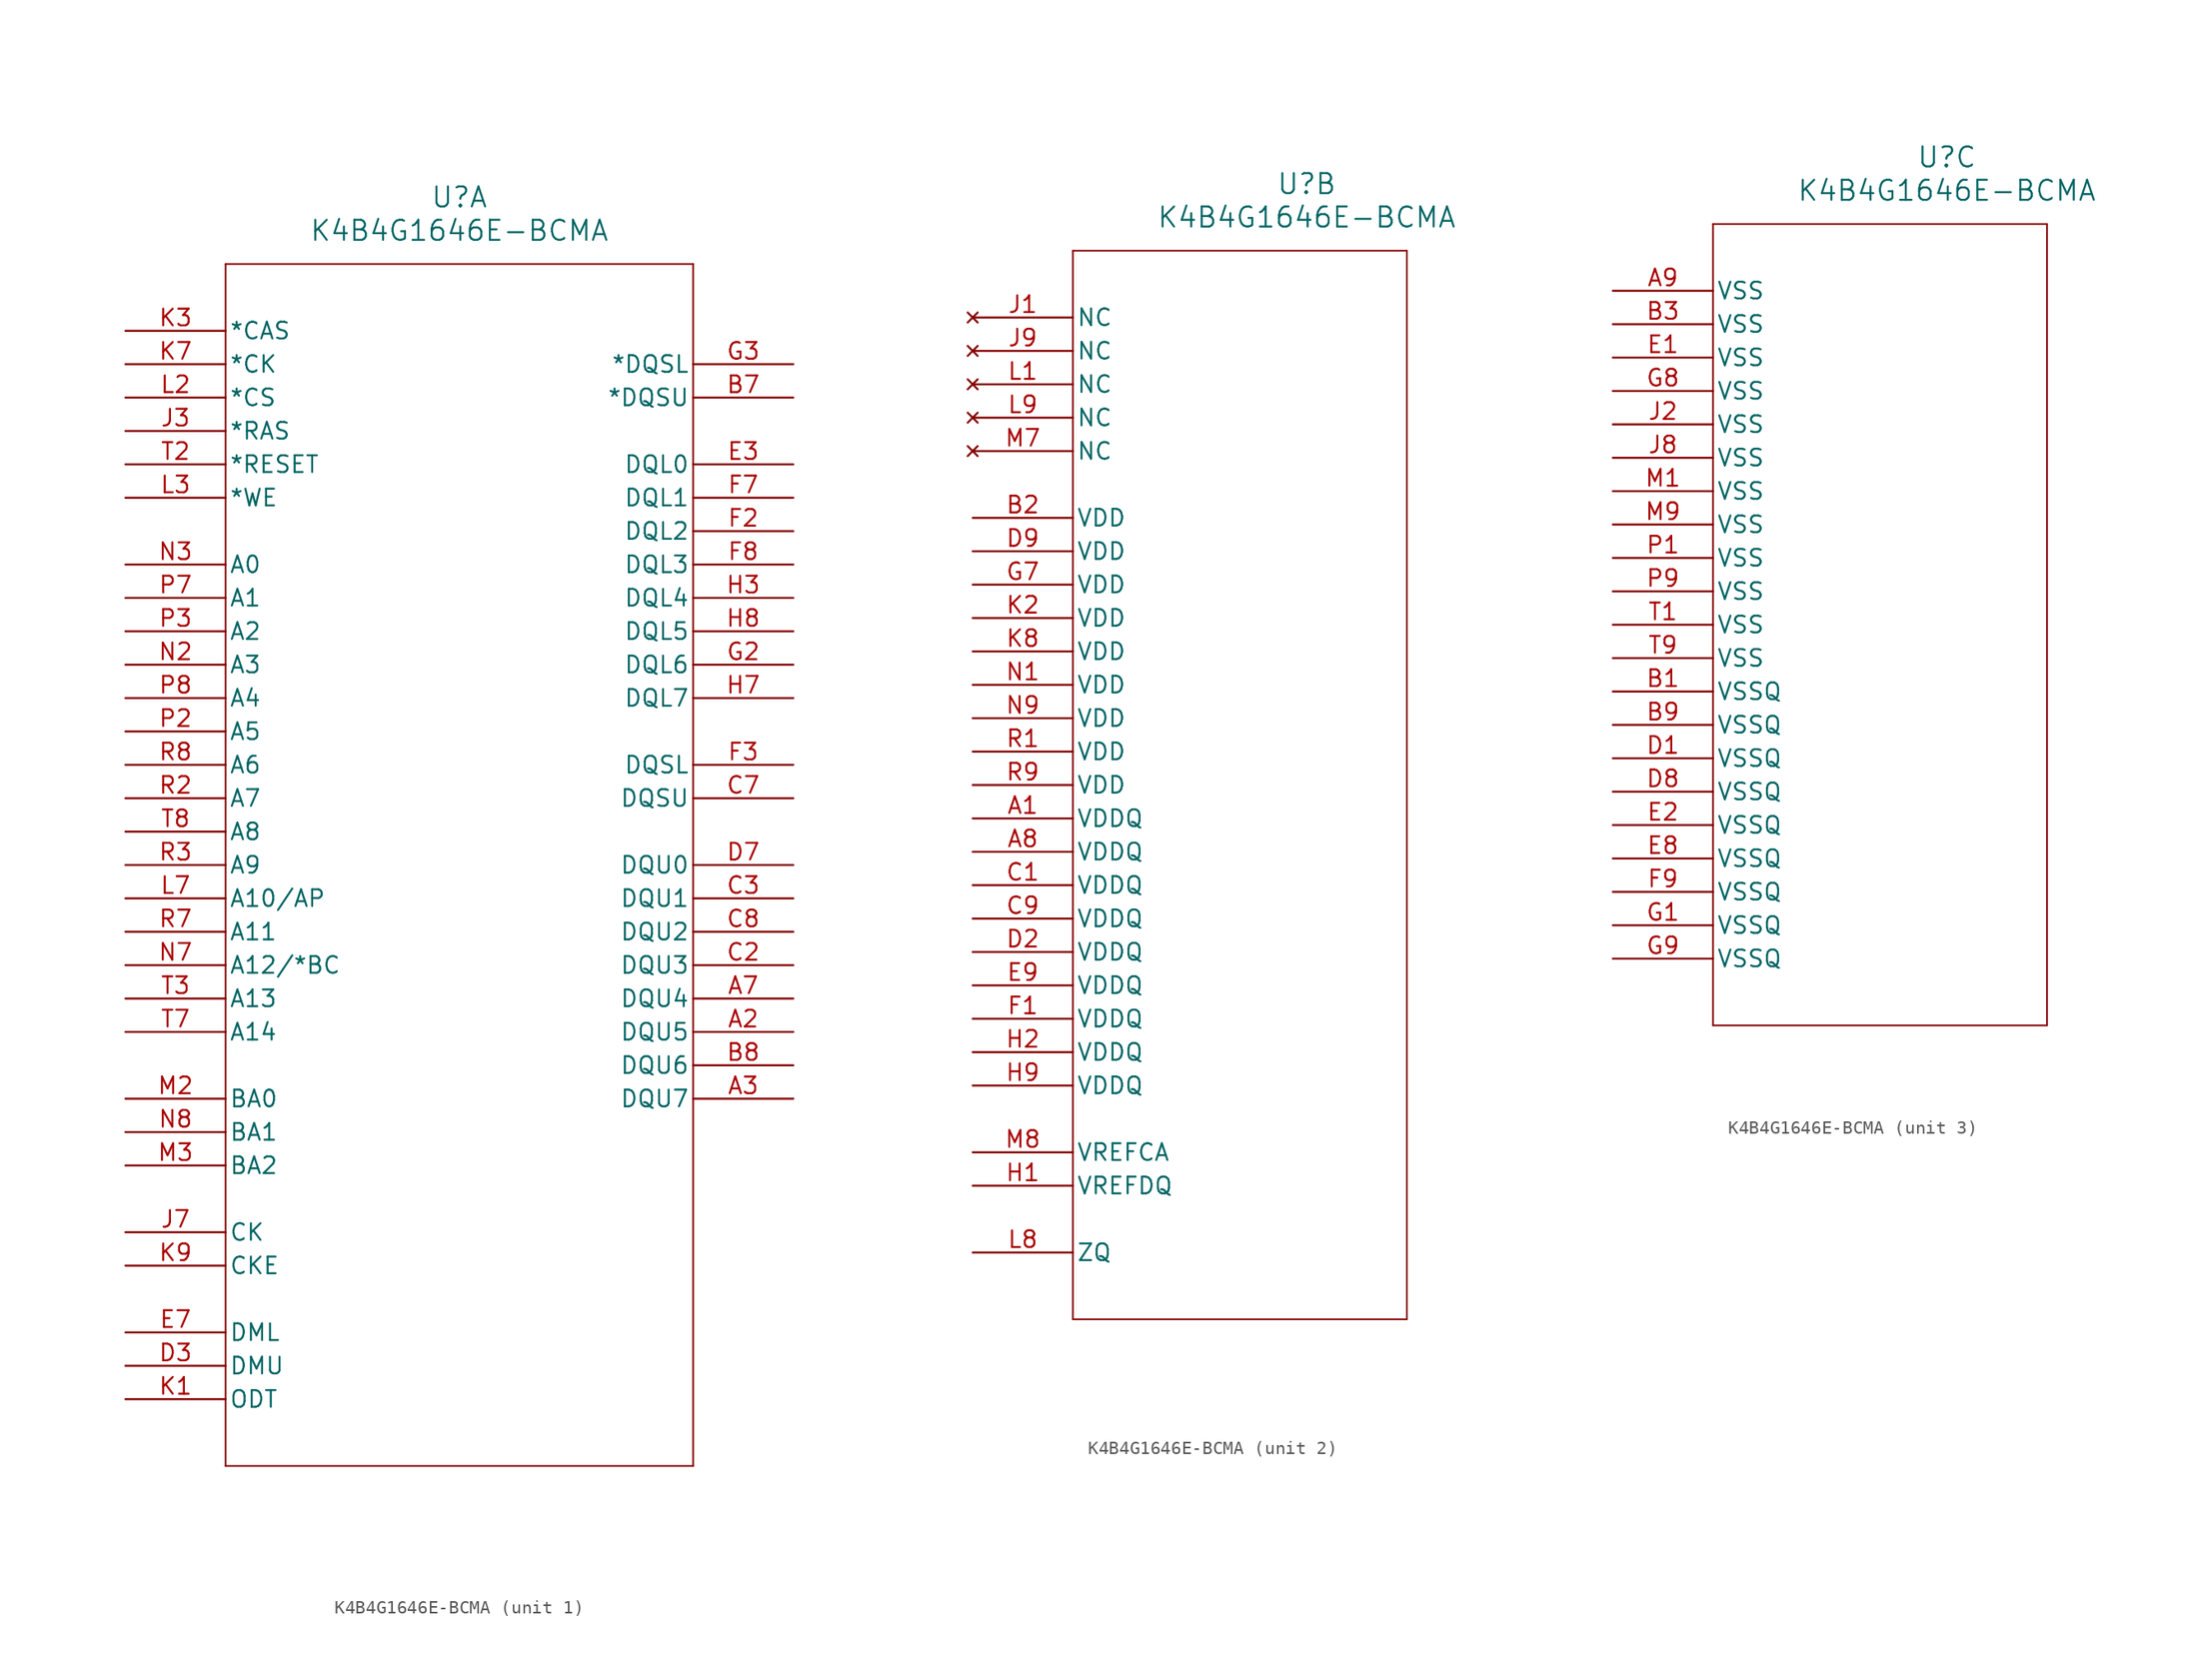
<source format=kicad_sym>
(kicad_symbol_lib
  (version 20211014)
  (generator kicad_symbol_editor)
  (symbol "K4B4G1646E-BCMA"
    (pin_names
      (offset 0.254))
    (property "Reference" "U"
      (at 25.4 10.16 0)
      (effects (font (size 1.524 1.524))))
    (property "Value" "K4B4G1646E-BCMA"
      (at 25.4 7.62 0)
      (effects (font (size 1.524 1.524))))
    (symbol "K4B4G1646E-BCMA_1_1"
      (polyline (pts (xy 7.62 5.08) (xy 7.62 -86.36)) (stroke (width 0.127) (type default) (color 0 0 0 0)) (fill (type none)))
      (polyline (pts (xy 7.62 -86.36) (xy 43.18 -86.36)) (stroke (width 0.127) (type default) (color 0 0 0 0)) (fill (type none)))
      (polyline (pts (xy 43.18 -86.36) (xy 43.18 5.08)) (stroke (width 0.127) (type default) (color 0 0 0 0)) (fill (type none)))
      (polyline (pts (xy 43.18 5.08) (xy 7.62 5.08)) (stroke (width 0.127) (type default) (color 0 0 0 0)) (fill (type none)))
      (pin bidirectional line (at 50.8 -53.34 180) (length 7.62) (name "DQU5" (effects (font (size 1.27 1.27)))) (number "A2" (effects (font (size 1.27 1.27)))))
      (pin bidirectional line (at 50.8 -58.42 180) (length 7.62) (name "DQU7" (effects (font (size 1.27 1.27)))) (number "A3" (effects (font (size 1.27 1.27)))))
      (pin bidirectional line (at 50.8 -50.8 180) (length 7.62) (name "DQU4" (effects (font (size 1.27 1.27)))) (number "A7" (effects (font (size 1.27 1.27)))))
      (pin bidirectional line (at 50.8 -5.08 180) (length 7.62) (name "*DQSU" (effects (font (size 1.27 1.27)))) (number "B7" (effects (font (size 1.27 1.27)))))
      (pin bidirectional line (at 50.8 -55.88 180) (length 7.62) (name "DQU6" (effects (font (size 1.27 1.27)))) (number "B8" (effects (font (size 1.27 1.27)))))
      (pin bidirectional line (at 50.8 -48.26 180) (length 7.62) (name "DQU3" (effects (font (size 1.27 1.27)))) (number "C2" (effects (font (size 1.27 1.27)))))
      (pin bidirectional line (at 50.8 -43.18 180) (length 7.62) (name "DQU1" (effects (font (size 1.27 1.27)))) (number "C3" (effects (font (size 1.27 1.27)))))
      (pin bidirectional line (at 50.8 -35.56 180) (length 7.62) (name "DQSU" (effects (font (size 1.27 1.27)))) (number "C7" (effects (font (size 1.27 1.27)))))
      (pin bidirectional line (at 50.8 -45.72 180) (length 7.62) (name "DQU2" (effects (font (size 1.27 1.27)))) (number "C8" (effects (font (size 1.27 1.27)))))
      (pin input line (at 0 -78.74 0) (length 7.62) (name "DMU" (effects (font (size 1.27 1.27)))) (number "D3" (effects (font (size 1.27 1.27)))))
      (pin bidirectional line (at 50.8 -40.64 180) (length 7.62) (name "DQU0" (effects (font (size 1.27 1.27)))) (number "D7" (effects (font (size 1.27 1.27)))))
      (pin bidirectional line (at 50.8 -10.16 180) (length 7.62) (name "DQL0" (effects (font (size 1.27 1.27)))) (number "E3" (effects (font (size 1.27 1.27)))))
      (pin input line (at 0 -76.2 0) (length 7.62) (name "DML" (effects (font (size 1.27 1.27)))) (number "E7" (effects (font (size 1.27 1.27)))))
      (pin bidirectional line (at 50.8 -15.24 180) (length 7.62) (name "DQL2" (effects (font (size 1.27 1.27)))) (number "F2" (effects (font (size 1.27 1.27)))))
      (pin bidirectional line (at 50.8 -33.02 180) (length 7.62) (name "DQSL" (effects (font (size 1.27 1.27)))) (number "F3" (effects (font (size 1.27 1.27)))))
      (pin bidirectional line (at 50.8 -12.7 180) (length 7.62) (name "DQL1" (effects (font (size 1.27 1.27)))) (number "F7" (effects (font (size 1.27 1.27)))))
      (pin bidirectional line (at 50.8 -17.78 180) (length 7.62) (name "DQL3" (effects (font (size 1.27 1.27)))) (number "F8" (effects (font (size 1.27 1.27)))))
      (pin bidirectional line (at 50.8 -25.4 180) (length 7.62) (name "DQL6" (effects (font (size 1.27 1.27)))) (number "G2" (effects (font (size 1.27 1.27)))))
      (pin bidirectional line (at 50.8 -2.54 180) (length 7.62) (name "*DQSL" (effects (font (size 1.27 1.27)))) (number "G3" (effects (font (size 1.27 1.27)))))
      (pin bidirectional line (at 50.8 -20.32 180) (length 7.62) (name "DQL4" (effects (font (size 1.27 1.27)))) (number "H3" (effects (font (size 1.27 1.27)))))
      (pin bidirectional line (at 50.8 -27.94 180) (length 7.62) (name "DQL7" (effects (font (size 1.27 1.27)))) (number "H7" (effects (font (size 1.27 1.27)))))
      (pin bidirectional line (at 50.8 -22.86 180) (length 7.62) (name "DQL5" (effects (font (size 1.27 1.27)))) (number "H8" (effects (font (size 1.27 1.27)))))
      (pin input line (at 0 -7.62 0) (length 7.62) (name "*RAS" (effects (font (size 1.27 1.27)))) (number "J3" (effects (font (size 1.27 1.27)))))
      (pin input line (at 0 -68.58 0) (length 7.62) (name "CK" (effects (font (size 1.27 1.27)))) (number "J7" (effects (font (size 1.27 1.27)))))
      (pin input line (at 0 -81.28 0) (length 7.62) (name "ODT" (effects (font (size 1.27 1.27)))) (number "K1" (effects (font (size 1.27 1.27)))))
      (pin input line (at 0 0 0) (length 7.62) (name "*CAS" (effects (font (size 1.27 1.27)))) (number "K3" (effects (font (size 1.27 1.27)))))
      (pin input line (at 0 -2.54 0) (length 7.62) (name "*CK" (effects (font (size 1.27 1.27)))) (number "K7" (effects (font (size 1.27 1.27)))))
      (pin input line (at 0 -71.12 0) (length 7.62) (name "CKE" (effects (font (size 1.27 1.27)))) (number "K9" (effects (font (size 1.27 1.27)))))
      (pin input line (at 0 -5.08 0) (length 7.62) (name "*CS" (effects (font (size 1.27 1.27)))) (number "L2" (effects (font (size 1.27 1.27)))))
      (pin input line (at 0 -12.7 0) (length 7.62) (name "*WE" (effects (font (size 1.27 1.27)))) (number "L3" (effects (font (size 1.27 1.27)))))
      (pin input line (at 0 -43.18 0) (length 7.62) (name "A10/AP" (effects (font (size 1.27 1.27)))) (number "L7" (effects (font (size 1.27 1.27)))))
      (pin input line (at 0 -58.42 0) (length 7.62) (name "BA0" (effects (font (size 1.27 1.27)))) (number "M2" (effects (font (size 1.27 1.27)))))
      (pin input line (at 0 -63.5 0) (length 7.62) (name "BA2" (effects (font (size 1.27 1.27)))) (number "M3" (effects (font (size 1.27 1.27)))))
      (pin input line (at 0 -25.4 0) (length 7.62) (name "A3" (effects (font (size 1.27 1.27)))) (number "N2" (effects (font (size 1.27 1.27)))))
      (pin input line (at 0 -17.78 0) (length 7.62) (name "A0" (effects (font (size 1.27 1.27)))) (number "N3" (effects (font (size 1.27 1.27)))))
      (pin input line (at 0 -48.26 0) (length 7.62) (name "A12/*BC" (effects (font (size 1.27 1.27)))) (number "N7" (effects (font (size 1.27 1.27)))))
      (pin input line (at 0 -60.96 0) (length 7.62) (name "BA1" (effects (font (size 1.27 1.27)))) (number "N8" (effects (font (size 1.27 1.27)))))
      (pin input line (at 0 -30.48 0) (length 7.62) (name "A5" (effects (font (size 1.27 1.27)))) (number "P2" (effects (font (size 1.27 1.27)))))
      (pin input line (at 0 -22.86 0) (length 7.62) (name "A2" (effects (font (size 1.27 1.27)))) (number "P3" (effects (font (size 1.27 1.27)))))
      (pin input line (at 0 -20.32 0) (length 7.62) (name "A1" (effects (font (size 1.27 1.27)))) (number "P7" (effects (font (size 1.27 1.27)))))
      (pin input line (at 0 -27.94 0) (length 7.62) (name "A4" (effects (font (size 1.27 1.27)))) (number "P8" (effects (font (size 1.27 1.27)))))
      (pin input line (at 0 -35.56 0) (length 7.62) (name "A7" (effects (font (size 1.27 1.27)))) (number "R2" (effects (font (size 1.27 1.27)))))
      (pin input line (at 0 -40.64 0) (length 7.62) (name "A9" (effects (font (size 1.27 1.27)))) (number "R3" (effects (font (size 1.27 1.27)))))
      (pin input line (at 0 -45.72 0) (length 7.62) (name "A11" (effects (font (size 1.27 1.27)))) (number "R7" (effects (font (size 1.27 1.27)))))
      (pin input line (at 0 -33.02 0) (length 7.62) (name "A6" (effects (font (size 1.27 1.27)))) (number "R8" (effects (font (size 1.27 1.27)))))
      (pin input line (at 0 -10.16 0) (length 7.62) (name "*RESET" (effects (font (size 1.27 1.27)))) (number "T2" (effects (font (size 1.27 1.27)))))
      (pin input line (at 0 -50.8 0) (length 7.62) (name "A13" (effects (font (size 1.27 1.27)))) (number "T3" (effects (font (size 1.27 1.27)))))
      (pin input line (at 0 -53.34 0) (length 7.62) (name "A14" (effects (font (size 1.27 1.27)))) (number "T7" (effects (font (size 1.27 1.27)))))
      (pin input line (at 0 -38.1 0) (length 7.62) (name "A8" (effects (font (size 1.27 1.27)))) (number "T8" (effects (font (size 1.27 1.27))))))
    (symbol "K4B4G1646E-BCMA_2_1"
      (polyline (pts (xy 7.62 5.08) (xy 7.62 -76.2)) (stroke (width 0.127) (type default) (color 0 0 0 0)) (fill (type none)))
      (polyline (pts (xy 7.62 -76.2) (xy 33.02 -76.2)) (stroke (width 0.127) (type default) (color 0 0 0 0)) (fill (type none)))
      (polyline (pts (xy 33.02 -76.2) (xy 33.02 5.08)) (stroke (width 0.127) (type default) (color 0 0 0 0)) (fill (type none)))
      (polyline (pts (xy 33.02 5.08) (xy 7.62 5.08)) (stroke (width 0.127) (type default) (color 0 0 0 0)) (fill (type none)))
      (pin power_in line (at 0 -38.1 0) (length 7.62) (name "VDDQ" (effects (font (size 1.27 1.27)))) (number "A1" (effects (font (size 1.27 1.27)))))
      (pin power_in line (at 0 -40.64 0) (length 7.62) (name "VDDQ" (effects (font (size 1.27 1.27)))) (number "A8" (effects (font (size 1.27 1.27)))))
      (pin power_in line (at 0 -15.24 0) (length 7.62) (name "VDD" (effects (font (size 1.27 1.27)))) (number "B2" (effects (font (size 1.27 1.27)))))
      (pin power_in line (at 0 -43.18 0) (length 7.62) (name "VDDQ" (effects (font (size 1.27 1.27)))) (number "C1" (effects (font (size 1.27 1.27)))))
      (pin power_in line (at 0 -45.72 0) (length 7.62) (name "VDDQ" (effects (font (size 1.27 1.27)))) (number "C9" (effects (font (size 1.27 1.27)))))
      (pin power_in line (at 0 -48.26 0) (length 7.62) (name "VDDQ" (effects (font (size 1.27 1.27)))) (number "D2" (effects (font (size 1.27 1.27)))))
      (pin power_in line (at 0 -17.78 0) (length 7.62) (name "VDD" (effects (font (size 1.27 1.27)))) (number "D9" (effects (font (size 1.27 1.27)))))
      (pin power_in line (at 0 -50.8 0) (length 7.62) (name "VDDQ" (effects (font (size 1.27 1.27)))) (number "E9" (effects (font (size 1.27 1.27)))))
      (pin power_in line (at 0 -53.34 0) (length 7.62) (name "VDDQ" (effects (font (size 1.27 1.27)))) (number "F1" (effects (font (size 1.27 1.27)))))
      (pin power_in line (at 0 -20.32 0) (length 7.62) (name "VDD" (effects (font (size 1.27 1.27)))) (number "G7" (effects (font (size 1.27 1.27)))))
      (pin power_in line (at 0 -66.04 0) (length 7.62) (name "VREFDQ" (effects (font (size 1.27 1.27)))) (number "H1" (effects (font (size 1.27 1.27)))))
      (pin power_in line (at 0 -55.88 0) (length 7.62) (name "VDDQ" (effects (font (size 1.27 1.27)))) (number "H2" (effects (font (size 1.27 1.27)))))
      (pin power_in line (at 0 -58.42 0) (length 7.62) (name "VDDQ" (effects (font (size 1.27 1.27)))) (number "H9" (effects (font (size 1.27 1.27)))))
      (pin no_connect line (at 0 0 0) (length 7.62) (name "NC" (effects (font (size 1.27 1.27)))) (number "J1" (effects (font (size 1.27 1.27)))))
      (pin no_connect line (at 0 -2.54 0) (length 7.62) (name "NC" (effects (font (size 1.27 1.27)))) (number "J9" (effects (font (size 1.27 1.27)))))
      (pin power_in line (at 0 -22.86 0) (length 7.62) (name "VDD" (effects (font (size 1.27 1.27)))) (number "K2" (effects (font (size 1.27 1.27)))))
      (pin power_in line (at 0 -25.4 0) (length 7.62) (name "VDD" (effects (font (size 1.27 1.27)))) (number "K8" (effects (font (size 1.27 1.27)))))
      (pin no_connect line (at 0 -5.08 0) (length 7.62) (name "NC" (effects (font (size 1.27 1.27)))) (number "L1" (effects (font (size 1.27 1.27)))))
      (pin power_in line (at 0 -71.12 0) (length 7.62) (name "ZQ" (effects (font (size 1.27 1.27)))) (number "L8" (effects (font (size 1.27 1.27)))))
      (pin no_connect line (at 0 -7.62 0) (length 7.62) (name "NC" (effects (font (size 1.27 1.27)))) (number "L9" (effects (font (size 1.27 1.27)))))
      (pin no_connect line (at 0 -10.16 0) (length 7.62) (name "NC" (effects (font (size 1.27 1.27)))) (number "M7" (effects (font (size 1.27 1.27)))))
      (pin power_in line (at 0 -63.5 0) (length 7.62) (name "VREFCA" (effects (font (size 1.27 1.27)))) (number "M8" (effects (font (size 1.27 1.27)))))
      (pin power_in line (at 0 -27.94 0) (length 7.62) (name "VDD" (effects (font (size 1.27 1.27)))) (number "N1" (effects (font (size 1.27 1.27)))))
      (pin power_in line (at 0 -30.48 0) (length 7.62) (name "VDD" (effects (font (size 1.27 1.27)))) (number "N9" (effects (font (size 1.27 1.27)))))
      (pin power_in line (at 0 -33.02 0) (length 7.62) (name "VDD" (effects (font (size 1.27 1.27)))) (number "R1" (effects (font (size 1.27 1.27)))))
      (pin power_in line (at 0 -35.56 0) (length 7.62) (name "VDD" (effects (font (size 1.27 1.27)))) (number "R9" (effects (font (size 1.27 1.27))))))
    (symbol "K4B4G1646E-BCMA_3_1"
      (polyline (pts (xy 7.62 5.08) (xy 7.62 -55.88)) (stroke (width 0.127) (type default) (color 0 0 0 0)) (fill (type none)))
      (polyline (pts (xy 7.62 -55.88) (xy 33.02 -55.88)) (stroke (width 0.127) (type default) (color 0 0 0 0)) (fill (type none)))
      (polyline (pts (xy 33.02 -55.88) (xy 33.02 5.08)) (stroke (width 0.127) (type default) (color 0 0 0 0)) (fill (type none)))
      (polyline (pts (xy 33.02 5.08) (xy 7.62 5.08)) (stroke (width 0.127) (type default) (color 0 0 0 0)) (fill (type none)))
      (pin power_out line (at 0 0 0) (length 7.62) (name "VSS" (effects (font (size 1.27 1.27)))) (number "A9" (effects (font (size 1.27 1.27)))))
      (pin power_out line (at 0 -30.48 0) (length 7.62) (name "VSSQ" (effects (font (size 1.27 1.27)))) (number "B1" (effects (font (size 1.27 1.27)))))
      (pin power_out line (at 0 -2.54 0) (length 7.62) (name "VSS" (effects (font (size 1.27 1.27)))) (number "B3" (effects (font (size 1.27 1.27)))))
      (pin power_out line (at 0 -33.02 0) (length 7.62) (name "VSSQ" (effects (font (size 1.27 1.27)))) (number "B9" (effects (font (size 1.27 1.27)))))
      (pin power_out line (at 0 -35.56 0) (length 7.62) (name "VSSQ" (effects (font (size 1.27 1.27)))) (number "D1" (effects (font (size 1.27 1.27)))))
      (pin power_out line (at 0 -38.1 0) (length 7.62) (name "VSSQ" (effects (font (size 1.27 1.27)))) (number "D8" (effects (font (size 1.27 1.27)))))
      (pin power_out line (at 0 -5.08 0) (length 7.62) (name "VSS" (effects (font (size 1.27 1.27)))) (number "E1" (effects (font (size 1.27 1.27)))))
      (pin power_out line (at 0 -40.64 0) (length 7.62) (name "VSSQ" (effects (font (size 1.27 1.27)))) (number "E2" (effects (font (size 1.27 1.27)))))
      (pin power_out line (at 0 -43.18 0) (length 7.62) (name "VSSQ" (effects (font (size 1.27 1.27)))) (number "E8" (effects (font (size 1.27 1.27)))))
      (pin power_out line (at 0 -45.72 0) (length 7.62) (name "VSSQ" (effects (font (size 1.27 1.27)))) (number "F9" (effects (font (size 1.27 1.27)))))
      (pin power_out line (at 0 -48.26 0) (length 7.62) (name "VSSQ" (effects (font (size 1.27 1.27)))) (number "G1" (effects (font (size 1.27 1.27)))))
      (pin power_out line (at 0 -7.62 0) (length 7.62) (name "VSS" (effects (font (size 1.27 1.27)))) (number "G8" (effects (font (size 1.27 1.27)))))
      (pin power_out line (at 0 -50.8 0) (length 7.62) (name "VSSQ" (effects (font (size 1.27 1.27)))) (number "G9" (effects (font (size 1.27 1.27)))))
      (pin power_out line (at 0 -10.16 0) (length 7.62) (name "VSS" (effects (font (size 1.27 1.27)))) (number "J2" (effects (font (size 1.27 1.27)))))
      (pin power_out line (at 0 -12.7 0) (length 7.62) (name "VSS" (effects (font (size 1.27 1.27)))) (number "J8" (effects (font (size 1.27 1.27)))))
      (pin power_out line (at 0 -15.24 0) (length 7.62) (name "VSS" (effects (font (size 1.27 1.27)))) (number "M1" (effects (font (size 1.27 1.27)))))
      (pin power_out line (at 0 -17.78 0) (length 7.62) (name "VSS" (effects (font (size 1.27 1.27)))) (number "M9" (effects (font (size 1.27 1.27)))))
      (pin power_out line (at 0 -20.32 0) (length 7.62) (name "VSS" (effects (font (size 1.27 1.27)))) (number "P1" (effects (font (size 1.27 1.27)))))
      (pin power_out line (at 0 -22.86 0) (length 7.62) (name "VSS" (effects (font (size 1.27 1.27)))) (number "P9" (effects (font (size 1.27 1.27)))))
      (pin power_out line (at 0 -25.4 0) (length 7.62) (name "VSS" (effects (font (size 1.27 1.27)))) (number "T1" (effects (font (size 1.27 1.27)))))
      (pin power_out line (at 0 -27.94 0) (length 7.62) (name "VSS" (effects (font (size 1.27 1.27)))) (number "T9" (effects (font (size 1.27 1.27))))))))
</source>
